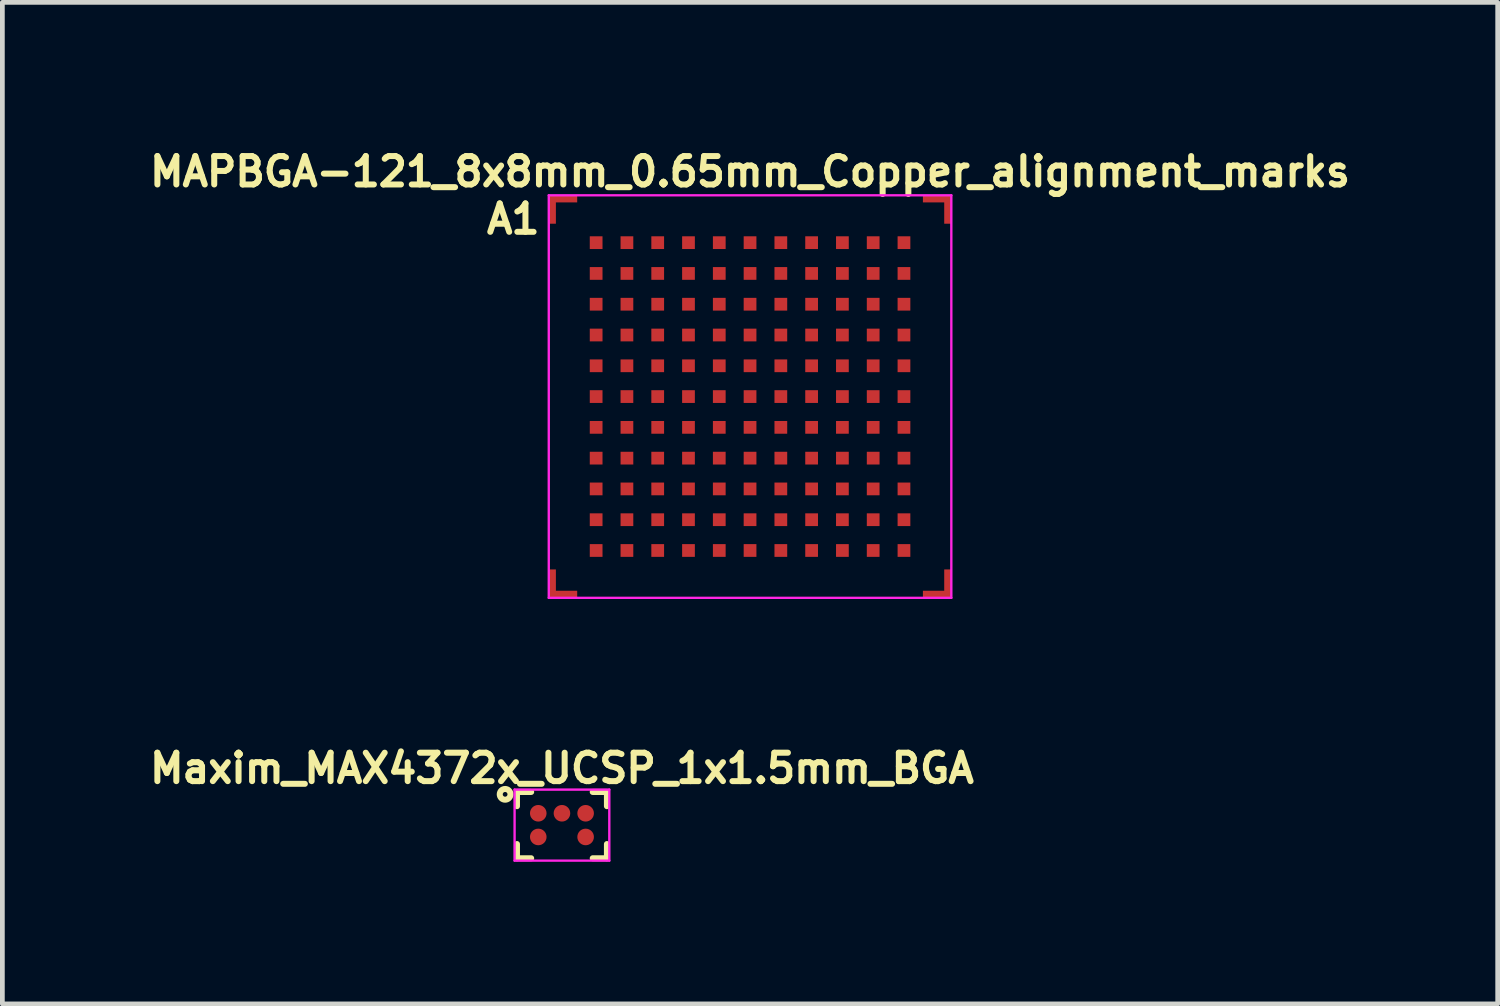
<source format=kicad_pcb>
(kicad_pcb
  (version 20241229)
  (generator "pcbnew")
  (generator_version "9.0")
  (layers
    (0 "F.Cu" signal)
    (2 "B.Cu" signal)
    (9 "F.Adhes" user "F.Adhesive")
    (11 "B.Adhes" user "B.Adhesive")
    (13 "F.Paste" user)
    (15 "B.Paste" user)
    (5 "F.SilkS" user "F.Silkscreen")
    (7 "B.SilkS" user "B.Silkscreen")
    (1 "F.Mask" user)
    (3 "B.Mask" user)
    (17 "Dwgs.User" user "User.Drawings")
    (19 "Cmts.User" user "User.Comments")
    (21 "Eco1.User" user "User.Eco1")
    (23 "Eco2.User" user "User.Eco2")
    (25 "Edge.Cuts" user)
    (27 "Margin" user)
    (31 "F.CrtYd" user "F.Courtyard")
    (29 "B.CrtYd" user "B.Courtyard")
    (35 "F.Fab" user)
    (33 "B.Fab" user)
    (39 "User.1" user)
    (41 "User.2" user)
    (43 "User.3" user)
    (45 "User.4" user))
  (footprint "MAPBGA-121_8x8mm_0.65mm_Copper_alignment_marks"
    (layer "F.Cu")
    (at 12.788 5.324)
    (property "Reference" "MAPBGA-121_8x8mm_0.65mm_Copper_alignment_marks" (at 0 -4.75 0) (layer "F.SilkS") (effects (font (size 0.6 0.6) (thickness 0.127))))
    (attr smd)
    (fp_line (start -4.25 -4.25) (end 4.25 -4.25) (stroke (width 0.05) (type solid)) (layer "F.CrtYd"))
    (fp_line (start -4.25 4.25) (end -4.25 -4.25) (stroke (width 0.05) (type solid)) (layer "F.CrtYd"))
    (fp_line (start 4.25 -4.25) (end 4.25 4.25) (stroke (width 0.05) (type solid)) (layer "F.CrtYd"))
    (fp_line (start 4.25 4.25) (end -4.25 4.25) (stroke (width 0.05) (type solid)) (layer "F.CrtYd"))
    (fp_text user "A1" (at -5 -3.75 0) (layer "F.SilkS") (effects (font (size 0.6 0.6) (thickness 0.127))))
    (pad "0" connect rect (at -4.175 -3.95) (size 0.15 0.6) (layers "F.Cu" "F.Mask"))
    (pad "0" connect rect (at -4.175 3.95) (size 0.15 0.6) (layers "F.Cu" "F.Mask"))
    (pad "0" connect rect (at -3.95 -4.175 90) (size 0.15 0.6) (layers "F.Cu" "F.Mask"))
    (pad "0" connect rect (at -3.95 4.175 90) (size 0.15 0.6) (layers "F.Cu" "F.Mask"))
    (pad "0" connect rect (at 3.95 -4.175 90) (size 0.15 0.6) (layers "F.Cu" "F.Mask"))
    (pad "0" connect rect (at 3.95 4.175 90) (size 0.15 0.6) (layers "F.Cu" "F.Mask"))
    (pad "0" connect rect (at 4.175 -3.95) (size 0.15 0.6) (layers "F.Cu" "F.Mask"))
    (pad "0" connect rect (at 4.175 3.95) (size 0.15 0.6) (layers "F.Cu" "F.Mask"))
    (pad "A1" smd rect (at -3.25 -3.25) (size 0.269 0.269) (layers "F.Cu" "F.Mask" "F.Paste"))
    (pad "A2" smd rect (at -2.6 -3.25) (size 0.269 0.269) (layers "F.Cu" "F.Mask" "F.Paste"))
    (pad "A3" smd rect (at -1.95 -3.25) (size 0.269 0.269) (layers "F.Cu" "F.Mask" "F.Paste"))
    (pad "A4" smd rect (at -1.3 -3.25) (size 0.269 0.269) (layers "F.Cu" "F.Mask" "F.Paste"))
    (pad "A5" smd rect (at -0.65 -3.25) (size 0.269 0.269) (layers "F.Cu" "F.Mask" "F.Paste"))
    (pad "A6" smd rect (at 0 -3.25) (size 0.269 0.269) (layers "F.Cu" "F.Mask" "F.Paste"))
    (pad "A7" smd rect (at 0.65 -3.25) (size 0.269 0.269) (layers "F.Cu" "F.Mask" "F.Paste"))
    (pad "A8" smd rect (at 1.3 -3.25) (size 0.269 0.269) (layers "F.Cu" "F.Mask" "F.Paste"))
    (pad "A9" smd rect (at 1.95 -3.25) (size 0.269 0.269) (layers "F.Cu" "F.Mask" "F.Paste"))
    (pad "A10" smd rect (at 2.6 -3.25) (size 0.269 0.269) (layers "F.Cu" "F.Mask" "F.Paste"))
    (pad "A11" smd rect (at 3.25 -3.25) (size 0.269 0.269) (layers "F.Cu" "F.Mask" "F.Paste"))
    (pad "B1" smd rect (at -3.25 -2.6) (size 0.269 0.269) (layers "F.Cu" "F.Mask" "F.Paste"))
    (pad "B2" smd rect (at -2.6 -2.6) (size 0.269 0.269) (layers "F.Cu" "F.Mask" "F.Paste"))
    (pad "B3" smd rect (at -1.95 -2.6) (size 0.269 0.269) (layers "F.Cu" "F.Mask" "F.Paste"))
    (pad "B4" smd rect (at -1.3 -2.6) (size 0.269 0.269) (layers "F.Cu" "F.Mask" "F.Paste"))
    (pad "B5" smd rect (at -0.65 -2.6) (size 0.269 0.269) (layers "F.Cu" "F.Mask" "F.Paste"))
    (pad "B6" smd rect (at 0 -2.6) (size 0.269 0.269) (layers "F.Cu" "F.Mask" "F.Paste"))
    (pad "B7" smd rect (at 0.65 -2.6) (size 0.269 0.269) (layers "F.Cu" "F.Mask" "F.Paste"))
    (pad "B8" smd rect (at 1.3 -2.6) (size 0.269 0.269) (layers "F.Cu" "F.Mask" "F.Paste"))
    (pad "B9" smd rect (at 1.95 -2.6) (size 0.269 0.269) (layers "F.Cu" "F.Mask" "F.Paste"))
    (pad "B10" smd rect (at 2.6 -2.6) (size 0.269 0.269) (layers "F.Cu" "F.Mask" "F.Paste"))
    (pad "B11" smd rect (at 3.25 -2.6) (size 0.269 0.269) (layers "F.Cu" "F.Mask" "F.Paste"))
    (pad "C1" smd rect (at -3.25 -1.95) (size 0.269 0.269) (layers "F.Cu" "F.Mask" "F.Paste"))
    (pad "C2" smd rect (at -2.6 -1.95) (size 0.269 0.269) (layers "F.Cu" "F.Mask" "F.Paste"))
    (pad "C3" smd rect (at -1.95 -1.95) (size 0.269 0.269) (layers "F.Cu" "F.Mask" "F.Paste"))
    (pad "C4" smd rect (at -1.3 -1.95) (size 0.269 0.269) (layers "F.Cu" "F.Mask" "F.Paste"))
    (pad "C5" smd rect (at -0.65 -1.95) (size 0.269 0.269) (layers "F.Cu" "F.Mask" "F.Paste"))
    (pad "C6" smd rect (at 0 -1.95) (size 0.269 0.269) (layers "F.Cu" "F.Mask" "F.Paste"))
    (pad "C7" smd rect (at 0.65 -1.95) (size 0.269 0.269) (layers "F.Cu" "F.Mask" "F.Paste"))
    (pad "C8" smd rect (at 1.3 -1.95) (size 0.269 0.269) (layers "F.Cu" "F.Mask" "F.Paste"))
    (pad "C9" smd rect (at 1.95 -1.95) (size 0.269 0.269) (layers "F.Cu" "F.Mask" "F.Paste"))
    (pad "C10" smd rect (at 2.6 -1.95) (size 0.269 0.269) (layers "F.Cu" "F.Mask" "F.Paste"))
    (pad "C11" smd rect (at 3.25 -1.95) (size 0.269 0.269) (layers "F.Cu" "F.Mask" "F.Paste"))
    (pad "D1" smd rect (at -3.25 -1.3) (size 0.269 0.269) (layers "F.Cu" "F.Mask" "F.Paste"))
    (pad "D2" smd rect (at -2.6 -1.3) (size 0.269 0.269) (layers "F.Cu" "F.Mask" "F.Paste"))
    (pad "D3" smd rect (at -1.95 -1.3) (size 0.269 0.269) (layers "F.Cu" "F.Mask" "F.Paste"))
    (pad "D4" smd rect (at -1.3 -1.3) (size 0.269 0.269) (layers "F.Cu" "F.Mask" "F.Paste"))
    (pad "D5" smd rect (at -0.65 -1.3) (size 0.269 0.269) (layers "F.Cu" "F.Mask" "F.Paste"))
    (pad "D6" smd rect (at 0 -1.3) (size 0.269 0.269) (layers "F.Cu" "F.Mask" "F.Paste"))
    (pad "D7" smd rect (at 0.65 -1.3) (size 0.269 0.269) (layers "F.Cu" "F.Mask" "F.Paste"))
    (pad "D8" smd rect (at 1.3 -1.3) (size 0.269 0.269) (layers "F.Cu" "F.Mask" "F.Paste"))
    (pad "D9" smd rect (at 1.95 -1.3) (size 0.269 0.269) (layers "F.Cu" "F.Mask" "F.Paste"))
    (pad "D10" smd rect (at 2.6 -1.3) (size 0.269 0.269) (layers "F.Cu" "F.Mask" "F.Paste"))
    (pad "D11" smd rect (at 3.25 -1.3) (size 0.269 0.269) (layers "F.Cu" "F.Mask" "F.Paste"))
    (pad "E1" smd rect (at -3.25 -0.65) (size 0.269 0.269) (layers "F.Cu" "F.Mask" "F.Paste"))
    (pad "E2" smd rect (at -2.6 -0.65) (size 0.269 0.269) (layers "F.Cu" "F.Mask" "F.Paste"))
    (pad "E3" smd rect (at -1.95 -0.65) (size 0.269 0.269) (layers "F.Cu" "F.Mask" "F.Paste"))
    (pad "E4" smd rect (at -1.3 -0.65) (size 0.269 0.269) (layers "F.Cu" "F.Mask" "F.Paste"))
    (pad "E5" smd rect (at -0.65 -0.65) (size 0.269 0.269) (layers "F.Cu" "F.Mask" "F.Paste"))
    (pad "E6" smd rect (at 0 -0.65) (size 0.269 0.269) (layers "F.Cu" "F.Mask" "F.Paste"))
    (pad "E7" smd rect (at 0.65 -0.65) (size 0.269 0.269) (layers "F.Cu" "F.Mask" "F.Paste"))
    (pad "E8" smd rect (at 1.3 -0.65) (size 0.269 0.269) (layers "F.Cu" "F.Mask" "F.Paste"))
    (pad "E9" smd rect (at 1.95 -0.65) (size 0.269 0.269) (layers "F.Cu" "F.Mask" "F.Paste"))
    (pad "E10" smd rect (at 2.6 -0.65) (size 0.269 0.269) (layers "F.Cu" "F.Mask" "F.Paste"))
    (pad "E11" smd rect (at 3.25 -0.65) (size 0.269 0.269) (layers "F.Cu" "F.Mask" "F.Paste"))
    (pad "F1" smd rect (at -3.25 0) (size 0.269 0.269) (layers "F.Cu" "F.Mask" "F.Paste"))
    (pad "F2" smd rect (at -2.6 0) (size 0.269 0.269) (layers "F.Cu" "F.Mask" "F.Paste"))
    (pad "F3" smd rect (at -1.95 0) (size 0.269 0.269) (layers "F.Cu" "F.Mask" "F.Paste"))
    (pad "F4" smd rect (at -1.3 0) (size 0.269 0.269) (layers "F.Cu" "F.Mask" "F.Paste"))
    (pad "F5" smd rect (at -0.65 0) (size 0.269 0.269) (layers "F.Cu" "F.Mask" "F.Paste"))
    (pad "F6" smd rect (at 0 0) (size 0.269 0.269) (layers "F.Cu" "F.Mask" "F.Paste"))
    (pad "F7" smd rect (at 0.65 0) (size 0.269 0.269) (layers "F.Cu" "F.Mask" "F.Paste"))
    (pad "F8" smd rect (at 1.3 0) (size 0.269 0.269) (layers "F.Cu" "F.Mask" "F.Paste"))
    (pad "F9" smd rect (at 1.95 0) (size 0.269 0.269) (layers "F.Cu" "F.Mask" "F.Paste"))
    (pad "F10" smd rect (at 2.6 0) (size 0.269 0.269) (layers "F.Cu" "F.Mask" "F.Paste"))
    (pad "F11" smd rect (at 3.25 0) (size 0.269 0.269) (layers "F.Cu" "F.Mask" "F.Paste"))
    (pad "G1" smd rect (at -3.25 0.65) (size 0.269 0.269) (layers "F.Cu" "F.Mask" "F.Paste"))
    (pad "G2" smd rect (at -2.6 0.65) (size 0.269 0.269) (layers "F.Cu" "F.Mask" "F.Paste"))
    (pad "G3" smd rect (at -1.95 0.65) (size 0.269 0.269) (layers "F.Cu" "F.Mask" "F.Paste"))
    (pad "G4" smd rect (at -1.3 0.65) (size 0.269 0.269) (layers "F.Cu" "F.Mask" "F.Paste"))
    (pad "G5" smd rect (at -0.65 0.65) (size 0.269 0.269) (layers "F.Cu" "F.Mask" "F.Paste"))
    (pad "G6" smd rect (at 0 0.65) (size 0.269 0.269) (layers "F.Cu" "F.Mask" "F.Paste"))
    (pad "G7" smd rect (at 0.65 0.65) (size 0.269 0.269) (layers "F.Cu" "F.Mask" "F.Paste"))
    (pad "G8" smd rect (at 1.3 0.65) (size 0.269 0.269) (layers "F.Cu" "F.Mask" "F.Paste"))
    (pad "G9" smd rect (at 1.95 0.65) (size 0.269 0.269) (layers "F.Cu" "F.Mask" "F.Paste"))
    (pad "G10" smd rect (at 2.6 0.65) (size 0.269 0.269) (layers "F.Cu" "F.Mask" "F.Paste"))
    (pad "G11" smd rect (at 3.25 0.65) (size 0.269 0.269) (layers "F.Cu" "F.Mask" "F.Paste"))
    (pad "H1" smd rect (at -3.25 1.3) (size 0.269 0.269) (layers "F.Cu" "F.Mask" "F.Paste"))
    (pad "H2" smd rect (at -2.6 1.3) (size 0.269 0.269) (layers "F.Cu" "F.Mask" "F.Paste"))
    (pad "H3" smd rect (at -1.95 1.3) (size 0.269 0.269) (layers "F.Cu" "F.Mask" "F.Paste"))
    (pad "H4" smd rect (at -1.3 1.3) (size 0.269 0.269) (layers "F.Cu" "F.Mask" "F.Paste"))
    (pad "H5" smd rect (at -0.65 1.3) (size 0.269 0.269) (layers "F.Cu" "F.Mask" "F.Paste"))
    (pad "H6" smd rect (at 0 1.3) (size 0.269 0.269) (layers "F.Cu" "F.Mask" "F.Paste"))
    (pad "H7" smd rect (at 0.65 1.3) (size 0.269 0.269) (layers "F.Cu" "F.Mask" "F.Paste"))
    (pad "H8" smd rect (at 1.3 1.3) (size 0.269 0.269) (layers "F.Cu" "F.Mask" "F.Paste"))
    (pad "H9" smd rect (at 1.95 1.3) (size 0.269 0.269) (layers "F.Cu" "F.Mask" "F.Paste"))
    (pad "H10" smd rect (at 2.6 1.3) (size 0.269 0.269) (layers "F.Cu" "F.Mask" "F.Paste"))
    (pad "H11" smd rect (at 3.25 1.3) (size 0.269 0.269) (layers "F.Cu" "F.Mask" "F.Paste"))
    (pad "J1" smd rect (at -3.25 1.95) (size 0.269 0.269) (layers "F.Cu" "F.Mask" "F.Paste"))
    (pad "J2" smd rect (at -2.6 1.95) (size 0.269 0.269) (layers "F.Cu" "F.Mask" "F.Paste"))
    (pad "J3" smd rect (at -1.95 1.95) (size 0.269 0.269) (layers "F.Cu" "F.Mask" "F.Paste"))
    (pad "J4" smd rect (at -1.3 1.95) (size 0.269 0.269) (layers "F.Cu" "F.Mask" "F.Paste"))
    (pad "J5" smd rect (at -0.65 1.95) (size 0.269 0.269) (layers "F.Cu" "F.Mask" "F.Paste"))
    (pad "J6" smd rect (at 0 1.95) (size 0.269 0.269) (layers "F.Cu" "F.Mask" "F.Paste"))
    (pad "J7" smd rect (at 0.65 1.95) (size 0.269 0.269) (layers "F.Cu" "F.Mask" "F.Paste"))
    (pad "J8" smd rect (at 1.3 1.95) (size 0.269 0.269) (layers "F.Cu" "F.Mask" "F.Paste"))
    (pad "J9" smd rect (at 1.95 1.95) (size 0.269 0.269) (layers "F.Cu" "F.Mask" "F.Paste"))
    (pad "J10" smd rect (at 2.6 1.95) (size 0.269 0.269) (layers "F.Cu" "F.Mask" "F.Paste"))
    (pad "J11" smd rect (at 3.25 1.95) (size 0.269 0.269) (layers "F.Cu" "F.Mask" "F.Paste"))
    (pad "K1" smd rect (at -3.25 2.6) (size 0.269 0.269) (layers "F.Cu" "F.Mask" "F.Paste"))
    (pad "K2" smd rect (at -2.6 2.6) (size 0.269 0.269) (layers "F.Cu" "F.Mask" "F.Paste"))
    (pad "K3" smd rect (at -1.95 2.6) (size 0.269 0.269) (layers "F.Cu" "F.Mask" "F.Paste"))
    (pad "K4" smd rect (at -1.3 2.6) (size 0.269 0.269) (layers "F.Cu" "F.Mask" "F.Paste"))
    (pad "K5" smd rect (at -0.65 2.6) (size 0.269 0.269) (layers "F.Cu" "F.Mask" "F.Paste"))
    (pad "K6" smd rect (at 0 2.6) (size 0.269 0.269) (layers "F.Cu" "F.Mask" "F.Paste"))
    (pad "K7" smd rect (at 0.65 2.6) (size 0.269 0.269) (layers "F.Cu" "F.Mask" "F.Paste"))
    (pad "K8" smd rect (at 1.3 2.6) (size 0.269 0.269) (layers "F.Cu" "F.Mask" "F.Paste"))
    (pad "K9" smd rect (at 1.95 2.6) (size 0.269 0.269) (layers "F.Cu" "F.Mask" "F.Paste"))
    (pad "K10" smd rect (at 2.6 2.6) (size 0.269 0.269) (layers "F.Cu" "F.Mask" "F.Paste"))
    (pad "K11" smd rect (at 3.25 2.6) (size 0.269 0.269) (layers "F.Cu" "F.Mask" "F.Paste"))
    (pad "L1" smd rect (at -3.25 3.25) (size 0.269 0.269) (layers "F.Cu" "F.Mask" "F.Paste"))
    (pad "L2" smd rect (at -2.6 3.25) (size 0.269 0.269) (layers "F.Cu" "F.Mask" "F.Paste"))
    (pad "L3" smd rect (at -1.95 3.25) (size 0.269 0.269) (layers "F.Cu" "F.Mask" "F.Paste"))
    (pad "L4" smd rect (at -1.3 3.25) (size 0.269 0.269) (layers "F.Cu" "F.Mask" "F.Paste"))
    (pad "L5" smd rect (at -0.65 3.25) (size 0.269 0.269) (layers "F.Cu" "F.Mask" "F.Paste"))
    (pad "L6" smd rect (at 0 3.25) (size 0.269 0.269) (layers "F.Cu" "F.Mask" "F.Paste"))
    (pad "L7" smd rect (at 0.65 3.25) (size 0.269 0.269) (layers "F.Cu" "F.Mask" "F.Paste"))
    (pad "L8" smd rect (at 1.3 3.25) (size 0.269 0.269) (layers "F.Cu" "F.Mask" "F.Paste"))
    (pad "L9" smd rect (at 1.95 3.25) (size 0.269 0.269) (layers "F.Cu" "F.Mask" "F.Paste"))
    (pad "L10" smd rect (at 2.6 3.25) (size 0.269 0.269) (layers "F.Cu" "F.Mask" "F.Paste"))
    (pad "L11" smd rect (at 3.25 3.25) (size 0.269 0.269) (layers "F.Cu" "F.Mask" "F.Paste")))
  (footprint "Maxim_MAX4372x_UCSP_1x1.5mm_BGA"
    (layer "F.Cu")
    (at 8.816 14.373)
    (property "Reference" "Maxim_MAX4372x_UCSP_1x1.5mm_BGA" (at 0 -1.2 0) (layer "F.SilkS") (effects (font (size 0.6 0.6) (thickness 0.127))))
    (attr smd)
    (fp_line (start -0.95 -0.7) (end -0.65 -0.7) (stroke (width 0.127) (type solid)) (layer "F.SilkS"))
    (fp_line (start -0.95 -0.4) (end -0.95 -0.7) (stroke (width 0.127) (type solid)) (layer "F.SilkS"))
    (fp_line (start -0.95 0.7) (end -0.95 0.4) (stroke (width 0.127) (type solid)) (layer "F.SilkS"))
    (fp_line (start -0.95 0.7) (end -0.65 0.7) (stroke (width 0.127) (type solid)) (layer "F.SilkS"))
    (fp_line (start 0.95 -0.7) (end 0.65 -0.7) (stroke (width 0.127) (type solid)) (layer "F.SilkS"))
    (fp_line (start 0.95 -0.4) (end 0.95 -0.7) (stroke (width 0.127) (type solid)) (layer "F.SilkS"))
    (fp_line (start 0.95 0.4) (end 0.95 0.7) (stroke (width 0.127) (type solid)) (layer "F.SilkS"))
    (fp_line (start 0.95 0.7) (end 0.65 0.7) (stroke (width 0.127) (type solid)) (layer "F.SilkS"))
    (fp_circle (center -1.2 -0.65) (end -1.2 -0.7) (stroke (width 0.127) (type solid)) (fill no) (layer "F.SilkS"))
    (fp_line (start -1 -0.75) (end -1 0.75) (stroke (width 0.05) (type solid)) (layer "F.CrtYd"))
    (fp_line (start -1 -0.75) (end 1 -0.75) (stroke (width 0.05) (type solid)) (layer "F.CrtYd"))
    (fp_line (start -1 0.75) (end 1 0.75) (stroke (width 0.05) (type solid)) (layer "F.CrtYd"))
    (fp_line (start 1 0.75) (end 1 -0.75) (stroke (width 0.05) (type solid)) (layer "F.CrtYd"))
    (pad "A1" smd circle (at -0.5 -0.25) (size 0.35 0.35) (layers "F.Cu" "F.Mask" "F.Paste"))
    (pad "A2" smd circle (at 0 -0.25) (size 0.35 0.35) (layers "F.Cu" "F.Mask" "F.Paste"))
    (pad "A3" smd circle (at 0.5 -0.25) (size 0.35 0.35) (layers "F.Cu" "F.Mask" "F.Paste"))
    (pad "B1" smd circle (at -0.5 0.25) (size 0.35 0.35) (layers "F.Cu" "F.Mask" "F.Paste"))
    (pad "B3" smd circle (at 0.5 0.25) (size 0.35 0.35) (layers "F.Cu" "F.Mask" "F.Paste")))
  (gr_rect
    (start -3 -3)
    (end 28.575 18.148)
    (stroke (width 0.1) (type default))
    (fill no)
    (layer "Edge.Cuts")))
</source>
